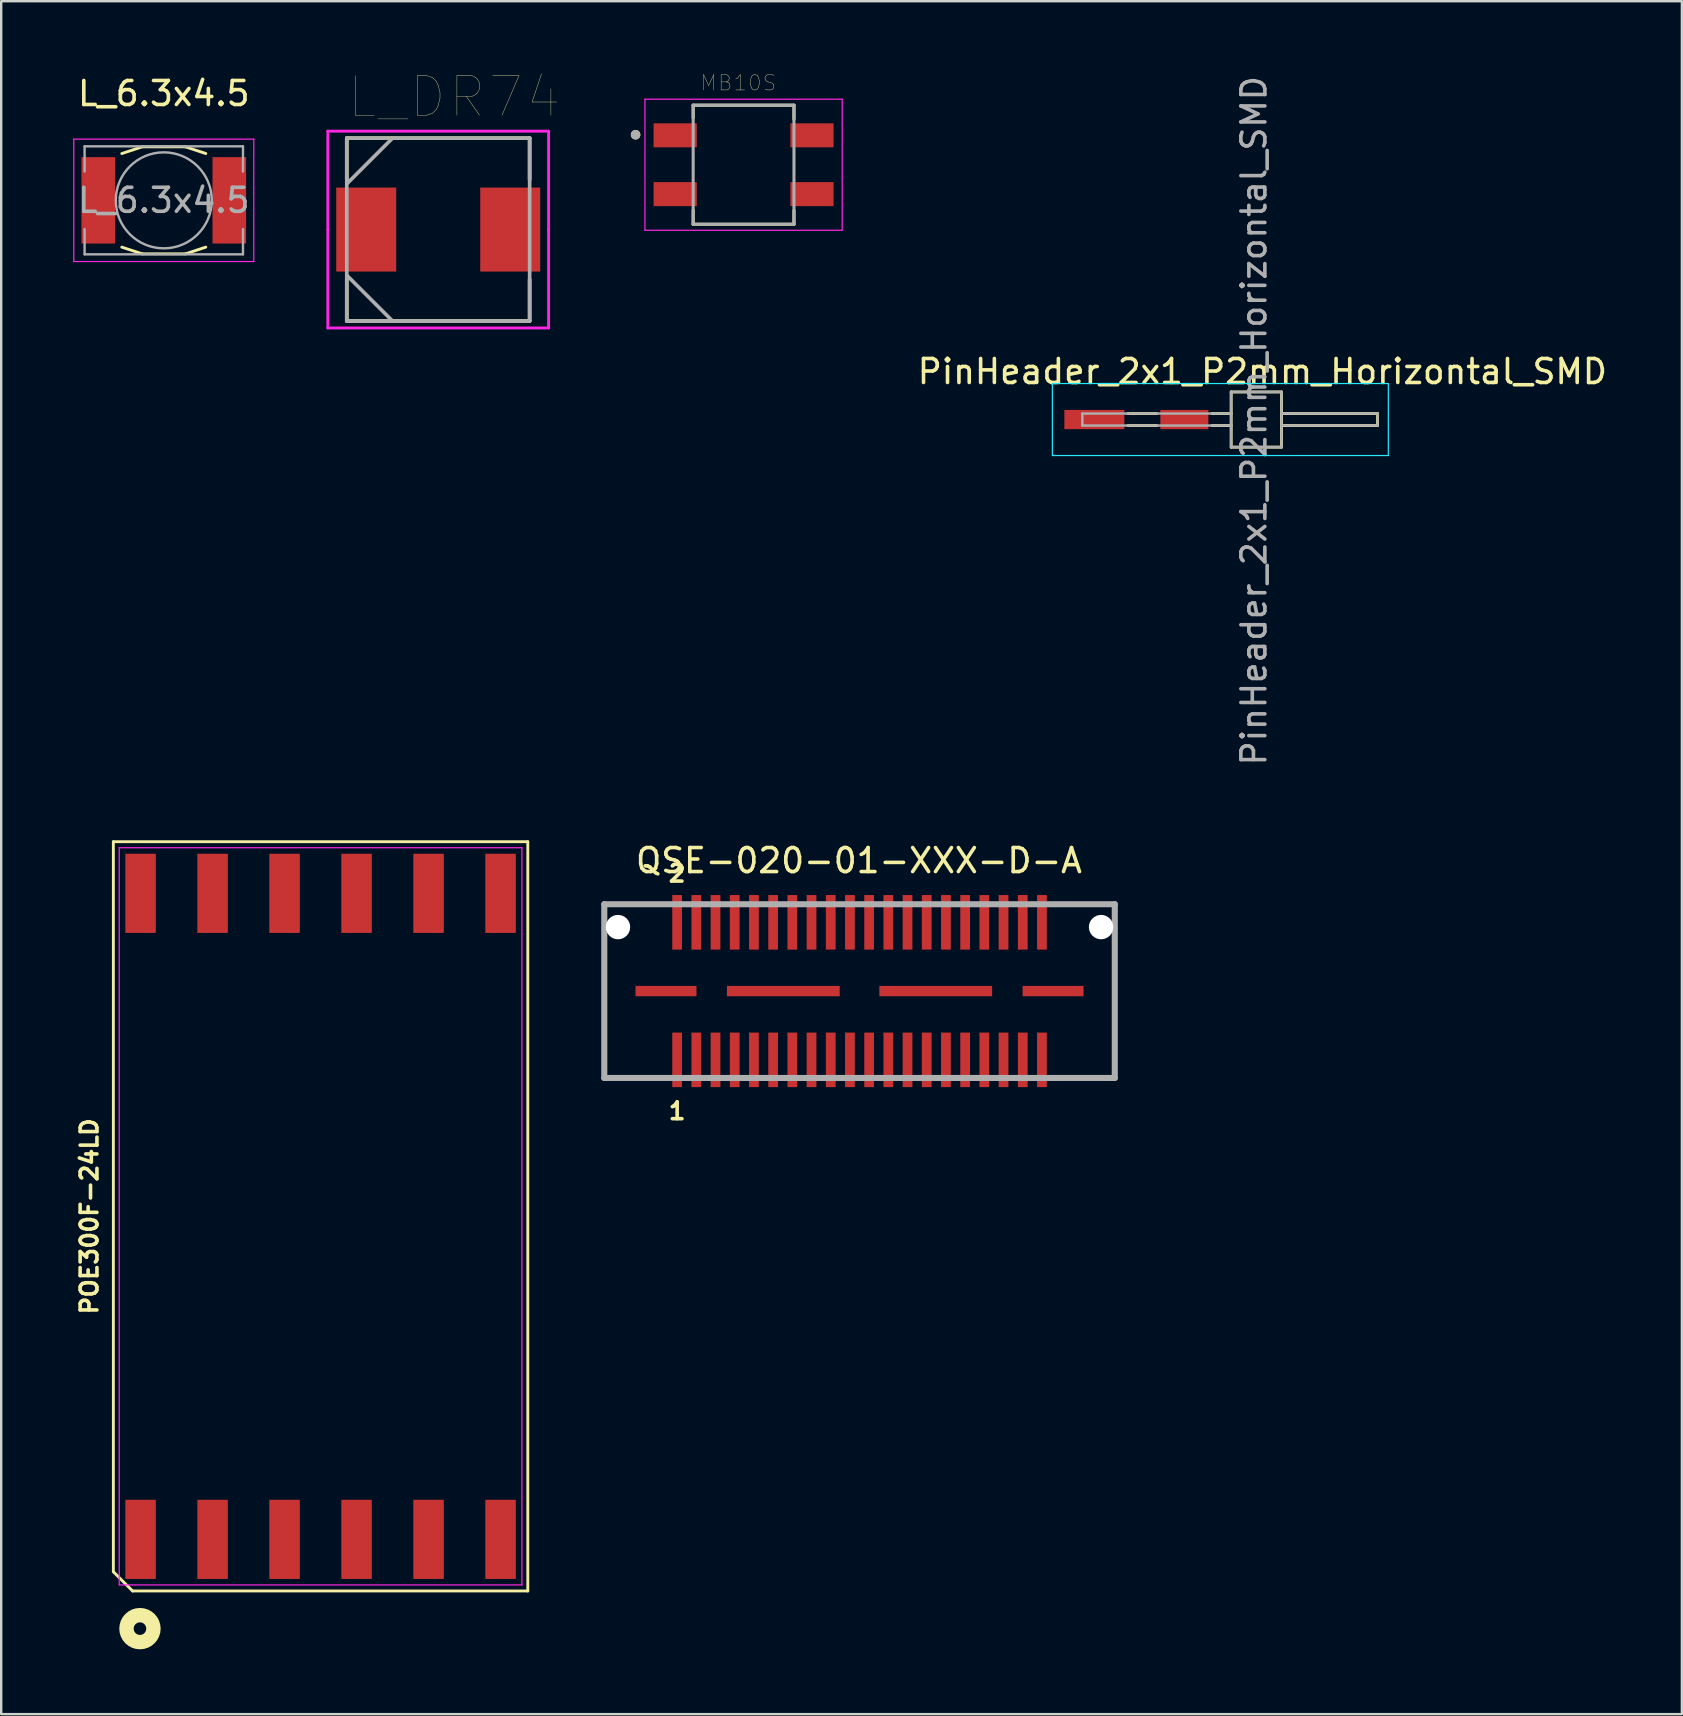
<source format=kicad_pcb>
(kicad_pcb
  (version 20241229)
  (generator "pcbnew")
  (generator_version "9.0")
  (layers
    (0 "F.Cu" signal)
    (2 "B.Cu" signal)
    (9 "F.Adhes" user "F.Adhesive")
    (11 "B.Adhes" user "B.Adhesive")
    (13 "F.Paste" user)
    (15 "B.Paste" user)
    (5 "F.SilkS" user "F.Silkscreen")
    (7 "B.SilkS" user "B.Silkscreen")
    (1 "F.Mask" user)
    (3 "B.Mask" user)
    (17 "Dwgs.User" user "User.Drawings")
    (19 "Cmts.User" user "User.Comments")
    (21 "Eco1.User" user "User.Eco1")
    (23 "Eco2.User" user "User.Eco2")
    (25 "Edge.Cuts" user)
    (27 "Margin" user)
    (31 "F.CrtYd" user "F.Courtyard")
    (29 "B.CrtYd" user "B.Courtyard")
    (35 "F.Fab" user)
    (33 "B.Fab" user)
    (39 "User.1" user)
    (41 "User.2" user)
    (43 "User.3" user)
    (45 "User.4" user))
  (footprint "MB10S"
    (layer "F.Cu")
    (at 27.934 3.814)
    (property "Reference" "MB10S" (at -0.218 -3.412 0) (layer "F.SilkS") (effects (font (size 0.641 0.641) (thickness 0.015))))
    (attr through_hole)
    (fp_line (start -2.1 -2.48) (end 2.1 -2.48) (stroke (width 0.127) (type solid)) (layer "F.SilkS"))
    (fp_line (start -2.1 -1.95) (end -2.1 -2.48) (stroke (width 0.127) (type solid)) (layer "F.SilkS"))
    (fp_line (start -2.1 1.9) (end -2.1 2.48) (stroke (width 0.127) (type solid)) (layer "F.SilkS"))
    (fp_line (start -2.1 2.48) (end 2.1 2.48) (stroke (width 0.127) (type solid)) (layer "F.SilkS"))
    (fp_line (start 2.1 -2.48) (end 2.1 -1.9) (stroke (width 0.127) (type solid)) (layer "F.SilkS"))
    (fp_line (start 2.1 2.48) (end 2.1 1.9) (stroke (width 0.127) (type solid)) (layer "F.SilkS"))
    (fp_circle (center -4.5 -1.25) (end -4.4 -1.25) (stroke (width 0.2) (type solid)) (fill no) (layer "F.SilkS"))
    (fp_line (start -4.11 -2.73) (end -4.11 2.73) (stroke (width 0.05) (type solid)) (layer "F.CrtYd"))
    (fp_line (start -4.11 2.73) (end 4.11 2.73) (stroke (width 0.05) (type solid)) (layer "F.CrtYd"))
    (fp_line (start 4.11 -2.73) (end -4.11 -2.73) (stroke (width 0.05) (type solid)) (layer "F.CrtYd"))
    (fp_line (start 4.11 2.73) (end 4.11 -2.73) (stroke (width 0.05) (type solid)) (layer "F.CrtYd"))
    (fp_line (start -2.1 -2.48) (end 2.1 -2.48) (stroke (width 0.127) (type solid)) (layer "F.Fab"))
    (fp_line (start -2.1 2.48) (end -2.1 -2.48) (stroke (width 0.127) (type solid)) (layer "F.Fab"))
    (fp_line (start 2.1 -2.48) (end 2.1 2.48) (stroke (width 0.127) (type solid)) (layer "F.Fab"))
    (fp_line (start 2.1 2.48) (end -2.1 2.48) (stroke (width 0.127) (type solid)) (layer "F.Fab"))
    (fp_circle (center -4.5 -1.25) (end -4.4 -1.25) (stroke (width 0.2) (type solid)) (fill no) (layer "F.Fab"))
    (pad "1" smd rect (at -2.85 -1.225) (size 1.8 1) (layers "F.Cu" "F.Mask" "F.Paste"))
    (pad "2" smd rect (at -2.85 1.225) (size 1.8 1) (layers "F.Cu" "F.Mask" "F.Paste"))
    (pad "3" smd rect (at 2.85 1.225) (size 1.8 1) (layers "F.Cu" "F.Mask" "F.Paste"))
    (pad "4" smd rect (at 2.85 -1.225) (size 1.8 1) (layers "F.Cu" "F.Mask" "F.Paste")))
  (footprint "QSE-020-01-XXX-D-A"
    (layer "F.Cu")
    (at 32.766 38.248)
    (property "Reference" "QSE-020-01-XXX-D-A" (at -0.025 -5.436 0) (layer "F.SilkS") (effects (font (size 1 1) (thickness 0.15))))
    (attr through_hole)
    (fp_line (start -10.636 -3.62) (end 10.636 -3.62) (stroke (width 0.254) (type solid)) (layer "F.Fab"))
    (fp_line (start -10.636 3.62) (end -10.636 -3.62) (stroke (width 0.254) (type solid)) (layer "F.Fab"))
    (fp_line (start 10.636 -3.62) (end 10.636 3.62) (stroke (width 0.254) (type solid)) (layer "F.Fab"))
    (fp_line (start 10.636 3.62) (end -10.636 3.62) (stroke (width 0.254) (type solid)) (layer "F.Fab"))
    (fp_text user "1" (at -7.6 5 0) (layer "F.SilkS") (effects (font (size 0.7 0.7) (thickness 0.15))))
    (fp_text user "2" (at -7.6 -4.9 0) (layer "F.SilkS") (effects (font (size 0.7 0.7) (thickness 0.15))))
    (pad "" np_thru_hole circle (at -10.065 -2.667) (size 1.016 1.016) (drill 1.016) (layers "*.Cu" "*.Mask"))
    (pad "" np_thru_hole circle (at 10.065 -2.667) (size 1.016 1.016) (drill 1.016) (layers "*.Cu" "*.Mask"))
    (pad "1" smd rect (at -7.601 2.865) (size 0.406 2.273) (layers "F.Cu" "F.Mask" "F.Paste"))
    (pad "2" smd rect (at -7.601 -2.865) (size 0.406 2.273) (layers "F.Cu" "F.Mask" "F.Paste"))
    (pad "3" smd rect (at -6.801 2.865) (size 0.406 2.273) (layers "F.Cu" "F.Mask" "F.Paste"))
    (pad "4" smd rect (at -6.801 -2.865) (size 0.406 2.273) (layers "F.Cu" "F.Mask" "F.Paste"))
    (pad "5" smd rect (at -6.001 2.865) (size 0.406 2.273) (layers "F.Cu" "F.Mask" "F.Paste"))
    (pad "6" smd rect (at -6.001 -2.865) (size 0.406 2.273) (layers "F.Cu" "F.Mask" "F.Paste"))
    (pad "7" smd rect (at -5.201 2.865) (size 0.406 2.273) (layers "F.Cu" "F.Mask" "F.Paste"))
    (pad "8" smd rect (at -5.201 -2.865) (size 0.406 2.273) (layers "F.Cu" "F.Mask" "F.Paste"))
    (pad "9" smd rect (at -4.401 2.865) (size 0.406 2.273) (layers "F.Cu" "F.Mask" "F.Paste"))
    (pad "10" smd rect (at -4.401 -2.865) (size 0.406 2.273) (layers "F.Cu" "F.Mask" "F.Paste"))
    (pad "11" smd rect (at -3.6 2.865) (size 0.406 2.273) (layers "F.Cu" "F.Mask" "F.Paste"))
    (pad "12" smd rect (at -3.6 -2.865) (size 0.406 2.273) (layers "F.Cu" "F.Mask" "F.Paste"))
    (pad "13" smd rect (at -2.8 2.865) (size 0.406 2.273) (layers "F.Cu" "F.Mask" "F.Paste"))
    (pad "14" smd rect (at -2.8 -2.865) (size 0.406 2.273) (layers "F.Cu" "F.Mask" "F.Paste"))
    (pad "15" smd rect (at -2 2.865) (size 0.406 2.273) (layers "F.Cu" "F.Mask" "F.Paste"))
    (pad "16" smd rect (at -2 -2.865) (size 0.406 2.273) (layers "F.Cu" "F.Mask" "F.Paste"))
    (pad "17" smd rect (at -1.2 2.865) (size 0.406 2.273) (layers "F.Cu" "F.Mask" "F.Paste"))
    (pad "18" smd rect (at -1.2 -2.865) (size 0.406 2.273) (layers "F.Cu" "F.Mask" "F.Paste"))
    (pad "19" smd rect (at -0.4 2.865) (size 0.406 2.273) (layers "F.Cu" "F.Mask" "F.Paste"))
    (pad "20" smd rect (at -0.4 -2.865) (size 0.406 2.273) (layers "F.Cu" "F.Mask" "F.Paste"))
    (pad "21" smd rect (at 0.4 2.865) (size 0.406 2.273) (layers "F.Cu" "F.Mask" "F.Paste"))
    (pad "22" smd rect (at 0.4 -2.865) (size 0.406 2.273) (layers "F.Cu" "F.Mask" "F.Paste"))
    (pad "23" smd rect (at 1.2 2.865) (size 0.406 2.273) (layers "F.Cu" "F.Mask" "F.Paste"))
    (pad "24" smd rect (at 1.2 -2.865) (size 0.406 2.273) (layers "F.Cu" "F.Mask" "F.Paste"))
    (pad "25" smd rect (at 2 2.865) (size 0.406 2.273) (layers "F.Cu" "F.Mask" "F.Paste"))
    (pad "26" smd rect (at 2 -2.865) (size 0.406 2.273) (layers "F.Cu" "F.Mask" "F.Paste"))
    (pad "27" smd rect (at 2.8 2.865) (size 0.406 2.273) (layers "F.Cu" "F.Mask" "F.Paste"))
    (pad "28" smd rect (at 2.8 -2.865) (size 0.406 2.273) (layers "F.Cu" "F.Mask" "F.Paste"))
    (pad "29" smd rect (at 3.6 2.865) (size 0.406 2.273) (layers "F.Cu" "F.Mask" "F.Paste"))
    (pad "30" smd rect (at 3.6 -2.865) (size 0.406 2.273) (layers "F.Cu" "F.Mask" "F.Paste"))
    (pad "31" smd rect (at 4.401 2.865) (size 0.406 2.273) (layers "F.Cu" "F.Mask" "F.Paste"))
    (pad "32" smd rect (at 4.401 -2.865) (size 0.406 2.273) (layers "F.Cu" "F.Mask" "F.Paste"))
    (pad "33" smd rect (at 5.201 2.865) (size 0.406 2.273) (layers "F.Cu" "F.Mask" "F.Paste"))
    (pad "34" smd rect (at 5.201 -2.865) (size 0.406 2.273) (layers "F.Cu" "F.Mask" "F.Paste"))
    (pad "35" smd rect (at 6.001 2.865) (size 0.406 2.273) (layers "F.Cu" "F.Mask" "F.Paste"))
    (pad "36" smd rect (at 6.001 -2.865) (size 0.406 2.273) (layers "F.Cu" "F.Mask" "F.Paste"))
    (pad "37" smd rect (at 6.801 2.865) (size 0.406 2.273) (layers "F.Cu" "F.Mask" "F.Paste"))
    (pad "38" smd rect (at 6.801 -2.865) (size 0.406 2.273) (layers "F.Cu" "F.Mask" "F.Paste"))
    (pad "39" smd rect (at 7.601 2.865) (size 0.406 2.273) (layers "F.Cu" "F.Mask" "F.Paste"))
    (pad "40" smd rect (at 7.601 -2.865) (size 0.406 2.273) (layers "F.Cu" "F.Mask" "F.Paste"))
    (pad "G1" smd rect (at -8.065 0) (size 2.54 0.432) (layers "F.Cu" "F.Mask" "F.Paste"))
    (pad "G2" smd rect (at -3.175 0) (size 4.699 0.432) (layers "F.Cu" "F.Mask" "F.Paste"))
    (pad "G3" smd rect (at 3.175 0) (size 4.699 0.432) (layers "F.Cu" "F.Mask" "F.Paste"))
    (pad "G4" smd rect (at 8.065 0) (size 2.54 0.432) (layers "F.Cu" "F.Mask" "F.Paste")))
  (footprint "POE300F-24LD"
    (layer "F.Cu")
    (at 10.308 47.634)
    (property "Reference" "POE300F-24LD" (at -9.635 0 90) (layer "F.SilkS") (effects (font (size 0.7 0.7) (thickness 0.15))))
    (attr smd)
    (fp_line (start -8.635 -15.61) (end 8.635 -15.61) (stroke (width 0.12) (type solid)) (layer "F.SilkS"))
    (fp_line (start -8.635 14.81) (end -8.635 -15.61) (stroke (width 0.12) (type solid)) (layer "F.SilkS"))
    (fp_line (start -7.835 15.61) (end -8.635 14.81) (stroke (width 0.12) (type solid)) (layer "F.SilkS"))
    (fp_line (start 8.635 -15.61) (end 8.635 15.61) (stroke (width 0.12) (type solid)) (layer "F.SilkS"))
    (fp_line (start 8.635 15.61) (end -7.835 15.61) (stroke (width 0.12) (type solid)) (layer "F.SilkS"))
    (fp_circle (center -7.526 17.18) (end -7.264 17.18) (stroke (width 0.6) (type solid)) (fill no) (layer "F.SilkS"))
    (fp_line (start -8.39 -15.36) (end 8.39 -15.36) (stroke (width 0.05) (type solid)) (layer "F.CrtYd"))
    (fp_line (start -8.39 15.36) (end -8.39 -15.36) (stroke (width 0.05) (type solid)) (layer "F.CrtYd"))
    (fp_line (start 8.39 -15.36) (end 8.39 15.36) (stroke (width 0.05) (type solid)) (layer "F.CrtYd"))
    (fp_line (start 8.39 15.36) (end -8.39 15.36) (stroke (width 0.05) (type solid)) (layer "F.CrtYd"))
    (pad "1" smd rect (at -7.5 13.46) (size 1.27 3.3) (layers "F.Cu" "F.Mask" "F.Paste"))
    (pad "2" smd rect (at -4.5 13.46) (size 1.27 3.3) (layers "F.Cu" "F.Mask" "F.Paste"))
    (pad "3" smd rect (at -1.5 13.46) (size 1.27 3.3) (layers "F.Cu" "F.Mask" "F.Paste"))
    (pad "4" smd rect (at 1.5 13.46) (size 1.27 3.3) (layers "F.Cu" "F.Mask" "F.Paste"))
    (pad "5" smd rect (at 4.5 13.46) (size 1.27 3.3) (layers "F.Cu" "F.Mask" "F.Paste"))
    (pad "6" smd rect (at 7.5 13.46) (size 1.27 3.3) (layers "F.Cu" "F.Mask" "F.Paste"))
    (pad "7" smd rect (at 7.5 -13.46) (size 1.27 3.3) (layers "F.Cu" "F.Mask" "F.Paste"))
    (pad "8" smd rect (at 4.5 -13.46) (size 1.27 3.3) (layers "F.Cu" "F.Mask" "F.Paste"))
    (pad "9" smd rect (at 1.5 -13.46) (size 1.27 3.3) (layers "F.Cu" "F.Mask" "F.Paste"))
    (pad "10" smd rect (at -1.5 -13.46) (size 1.27 3.3) (layers "F.Cu" "F.Mask" "F.Paste"))
    (pad "11" smd rect (at -4.5 -13.46) (size 1.27 3.3) (layers "F.Cu" "F.Mask" "F.Paste"))
    (pad "12" smd rect (at -7.5 -13.46) (size 1.27 3.3) (layers "F.Cu" "F.Mask" "F.Paste")))
  (footprint "L_DR74"
    (layer "F.Cu")
    (at 15.21 6.516)
    (property "Reference" "L_DR74" (at 0.662 -5.528 0) (layer "F.SilkS") (effects (font (size 1.645 1.645) (thickness 0.015))))
    (attr through_hole)
    (fp_line (start -3.81 -3.81) (end -3.81 -2.083) (stroke (width 0.152) (type solid)) (layer "F.SilkS"))
    (fp_line (start -3.81 2.083) (end -3.81 3.81) (stroke (width 0.152) (type solid)) (layer "F.SilkS"))
    (fp_line (start -3.81 3.81) (end 3.81 3.81) (stroke (width 0.152) (type solid)) (layer "F.SilkS"))
    (fp_line (start 3.81 -3.81) (end -3.81 -3.81) (stroke (width 0.152) (type solid)) (layer "F.SilkS"))
    (fp_line (start 3.81 -2.083) (end 3.81 -3.81) (stroke (width 0.152) (type solid)) (layer "F.SilkS"))
    (fp_line (start 3.81 3.81) (end 3.81 2.083) (stroke (width 0.152) (type solid)) (layer "F.SilkS"))
    (fp_line (start -4.6 -4.1) (end 4.6 -4.1) (stroke (width 0.12) (type solid)) (layer "F.CrtYd"))
    (fp_line (start -4.6 0) (end -4.6 -4.1) (stroke (width 0.12) (type solid)) (layer "F.CrtYd"))
    (fp_line (start -4.6 4.1) (end -4.6 0) (stroke (width 0.12) (type solid)) (layer "F.CrtYd"))
    (fp_line (start 4.6 -4.1) (end 4.6 0) (stroke (width 0.12) (type solid)) (layer "F.CrtYd"))
    (fp_line (start 4.6 0) (end 4.6 4.1) (stroke (width 0.12) (type solid)) (layer "F.CrtYd"))
    (fp_line (start 4.6 4.1) (end -4.6 4.1) (stroke (width 0.12) (type solid)) (layer "F.CrtYd"))
    (fp_line (start -3.81 -3.81) (end -3.81 3.81) (stroke (width 0.152) (type solid)) (layer "F.Fab"))
    (fp_line (start -3.81 -1.905) (end -1.905 -3.81) (stroke (width 0.152) (type solid)) (layer "F.Fab"))
    (fp_line (start -3.81 1.905) (end -1.905 3.81) (stroke (width 0.152) (type solid)) (layer "F.Fab"))
    (fp_line (start -3.81 3.81) (end 3.81 3.81) (stroke (width 0.152) (type solid)) (layer "F.Fab"))
    (fp_line (start 3.81 -3.81) (end -3.81 -3.81) (stroke (width 0.152) (type solid)) (layer "F.Fab"))
    (fp_line (start 3.81 3.81) (end 3.81 -3.81) (stroke (width 0.152) (type solid)) (layer "F.Fab"))
    (pad "1" smd rect (at -3 0) (size 2.5 3.5) (layers "F.Cu" "F.Mask" "F.Paste"))
    (pad "2" smd rect (at 3 0) (size 2.5 3.5) (layers "F.Cu" "F.Mask" "F.Paste")))
  (footprint "PinHeader_2x1_P2mm_Horizontal_SMD"
    (layer "F.Cu")
    (at 42.551 14.432)
    (property "Reference" "PinHeader_2x1_P2mm_Horizontal_SMD" (at 7 -2 0) (layer "F.SilkS") (effects (font (size 1 1) (thickness 0.15))))
    (attr smd)
    (fp_line (start 1.4 0.25) (end 2.6 0.25) (stroke (width 0.12) (type solid)) (layer "F.SilkS"))
    (fp_line (start 2.6 -0.25) (end 1.4 -0.25) (stroke (width 0.12) (type solid)) (layer "F.SilkS"))
    (fp_line (start 4.9 -0.25) (end 5.7 -0.25) (stroke (width 0.12) (type solid)) (layer "F.SilkS"))
    (fp_line (start 4.9 0.25) (end 5.7 0.25) (stroke (width 0.12) (type solid)) (layer "F.SilkS"))
    (fp_line (start 5.7 -1.15) (end 5.7 1.15) (stroke (width 0.12) (type solid)) (layer "F.SilkS"))
    (fp_line (start 5.7 1.15) (end 7.8 1.15) (stroke (width 0.12) (type solid)) (layer "F.SilkS"))
    (fp_line (start 7.8 -1.15) (end 5.7 -1.15) (stroke (width 0.12) (type solid)) (layer "F.SilkS"))
    (fp_line (start 7.8 -0.25) (end 11.8 -0.25) (stroke (width 0.12) (type solid)) (layer "F.SilkS"))
    (fp_line (start 7.8 1.15) (end 7.8 -1.15) (stroke (width 0.12) (type solid)) (layer "F.SilkS"))
    (fp_line (start 11.8 -0.25) (end 11.8 0.25) (stroke (width 0.12) (type solid)) (layer "F.SilkS"))
    (fp_line (start 11.8 0.25) (end 7.8 0.25) (stroke (width 0.12) (type solid)) (layer "F.SilkS"))
    (fp_line (start -1.75 -1.5) (end 12.25 -1.5) (stroke (width 0.05) (type solid)) (layer "B.CrtYd"))
    (fp_line (start -1.75 1.5) (end -1.75 -1.5) (stroke (width 0.05) (type solid)) (layer "B.CrtYd"))
    (fp_line (start 12.25 -1.5) (end 12.25 1.5) (stroke (width 0.05) (type solid)) (layer "B.CrtYd"))
    (fp_line (start 12.25 1.5) (end -1.75 1.5) (stroke (width 0.05) (type solid)) (layer "B.CrtYd"))
    (fp_line (start -0.5 -0.25) (end -0.5 0.25) (stroke (width 0.1) (type solid)) (layer "F.Fab"))
    (fp_line (start -0.5 -0.25) (end 5.7 -0.25) (stroke (width 0.1) (type solid)) (layer "F.Fab"))
    (fp_line (start -0.5 0.25) (end 5.7 0.25) (stroke (width 0.1) (type solid)) (layer "F.Fab"))
    (fp_line (start 5.7 -1.15) (end 7.8 -1.15) (stroke (width 0.1) (type solid)) (layer "F.Fab"))
    (fp_line (start 5.7 1.15) (end 5.7 -1.15) (stroke (width 0.1) (type solid)) (layer "F.Fab"))
    (fp_line (start 7.8 -1.15) (end 7.8 1.15) (stroke (width 0.1) (type solid)) (layer "F.Fab"))
    (fp_line (start 7.8 -0.25) (end 11.8 -0.25) (stroke (width 0.1) (type solid)) (layer "F.Fab"))
    (fp_line (start 7.8 1.15) (end 5.7 1.15) (stroke (width 0.1) (type solid)) (layer "F.Fab"))
    (fp_line (start 11.8 -0.25) (end 11.8 0.25) (stroke (width 0.1) (type solid)) (layer "F.Fab"))
    (fp_line (start 11.8 0.25) (end 7.8 0.25) (stroke (width 0.1) (type solid)) (layer "F.Fab"))
    (fp_text user "${REFERENCE}" (at 6.65 0.05 270) (layer "F.Fab") (effects (font (size 1 1) (thickness 0.15))))
    (pad "1" smd rect (at 0 0 270) (size 0.8 2.5) (layers "F.Cu" "F.Mask" "F.Paste"))
    (pad "2" smd rect (at 3.75 0 270) (size 0.8 2) (layers "F.Cu" "F.Mask" "F.Paste")))
  (footprint "L_6.3x4.5"
    (layer "F.Cu")
    (at 3.775 5.298)
    (property "Reference" "L_6.3x4.5" (at 0 -4.45 0) (layer "F.SilkS") (effects (font (size 1 1) (thickness 0.15))))
    (attr smd)
    (fp_line (start -1.75 -1.95) (end -0.9 -2.23) (stroke (width 0.12) (type solid)) (layer "F.SilkS"))
    (fp_line (start -1.75 1.95) (end -0.9 2.23) (stroke (width 0.12) (type solid)) (layer "F.SilkS"))
    (fp_line (start -0.9 -2.23) (end 0.9 -2.23) (stroke (width 0.12) (type solid)) (layer "F.SilkS"))
    (fp_line (start 0.9 2.23) (end -0.9 2.23) (stroke (width 0.12) (type solid)) (layer "F.SilkS"))
    (fp_line (start 1.75 -1.95) (end 0.9 -2.23) (stroke (width 0.12) (type solid)) (layer "F.SilkS"))
    (fp_line (start 1.75 1.95) (end 0.9 2.23) (stroke (width 0.12) (type solid)) (layer "F.SilkS"))
    (fp_line (start -3.75 -2.55) (end -3.75 2.55) (stroke (width 0.05) (type solid)) (layer "F.CrtYd"))
    (fp_line (start -3.75 2.55) (end 3.75 2.55) (stroke (width 0.05) (type solid)) (layer "F.CrtYd"))
    (fp_line (start 3.75 -2.55) (end -3.75 -2.55) (stroke (width 0.05) (type solid)) (layer "F.CrtYd"))
    (fp_line (start 3.75 2.55) (end 3.75 -2.55) (stroke (width 0.05) (type solid)) (layer "F.CrtYd"))
    (fp_line (start -3.3 -2.25) (end -3.3 -1.2) (stroke (width 0.1) (type solid)) (layer "F.Fab"))
    (fp_line (start -3.3 -2.25) (end 3.3 -2.25) (stroke (width 0.1) (type solid)) (layer "F.Fab"))
    (fp_line (start -3.3 2.25) (end -3.3 1.2) (stroke (width 0.1) (type solid)) (layer "F.Fab"))
    (fp_line (start 3.3 -2.25) (end 3.3 -1.2) (stroke (width 0.1) (type solid)) (layer "F.Fab"))
    (fp_line (start 3.3 2.25) (end -3.3 2.25) (stroke (width 0.1) (type solid)) (layer "F.Fab"))
    (fp_line (start 3.3 2.25) (end 3.3 1.2) (stroke (width 0.1) (type solid)) (layer "F.Fab"))
    (fp_circle (center 0 0) (end 2 0) (stroke (width 0.1) (type solid)) (fill no) (layer "F.Fab"))
    (fp_text user "${REFERENCE}" (at 0 0 0) (layer "F.Fab") (effects (font (size 1 1) (thickness 0.15))))
    (pad "1" smd rect (at -2.73 0) (size 1.4 3.6) (layers "F.Cu" "F.Mask" "F.Paste"))
    (pad "2" smd rect (at 2.73 0) (size 1.4 3.6) (layers "F.Cu" "F.Mask" "F.Paste")))
  (gr_rect
    (start -3 -3)
    (end 67.033 68.377)
    (stroke (width 0.1) (type default))
    (fill no)
    (layer "Edge.Cuts")))
</source>
